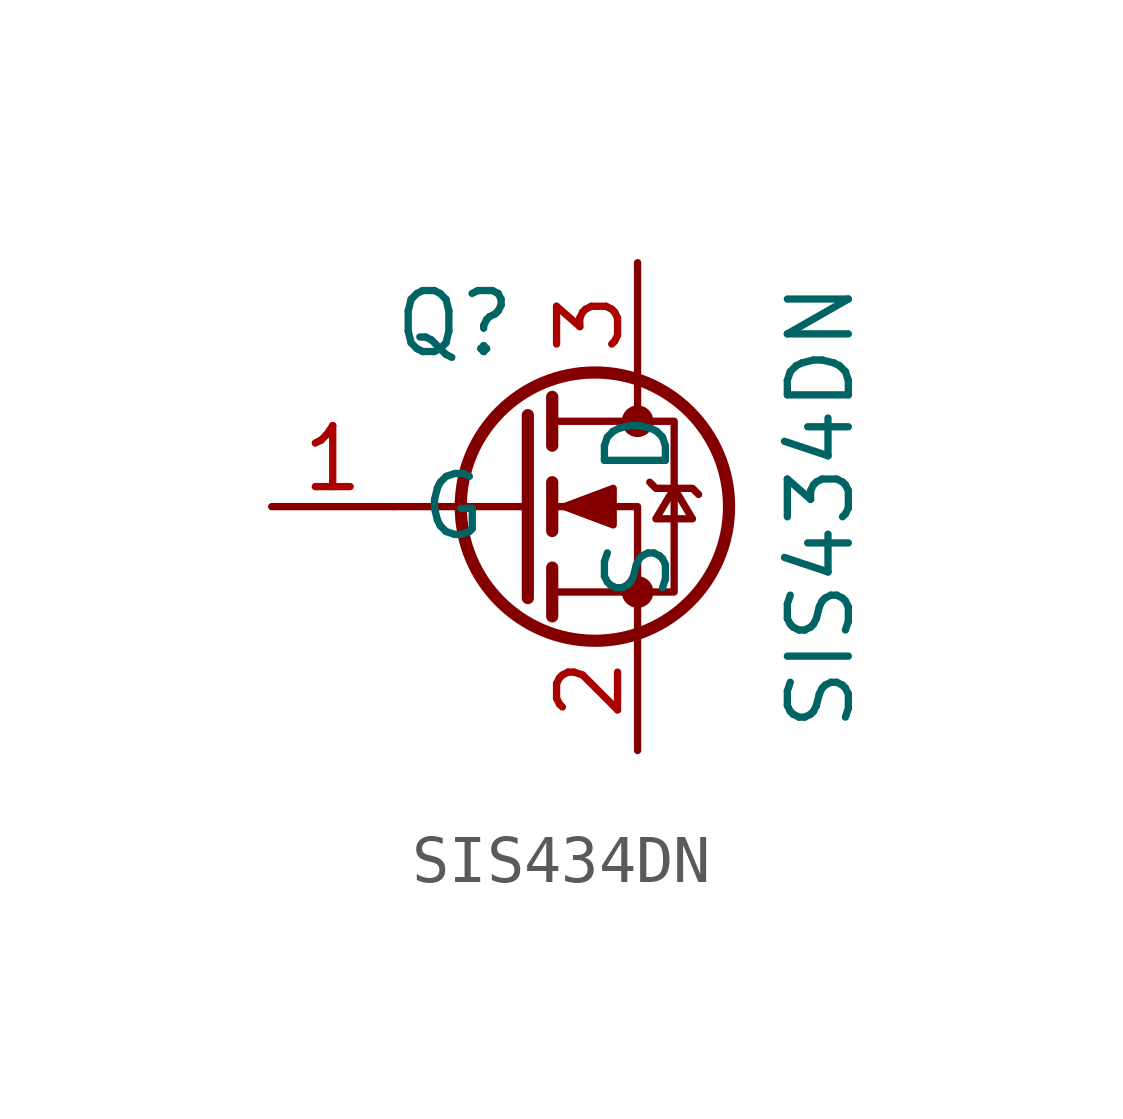
<source format=kicad_sym>
(kicad_symbol_lib
  (version 20220914)
  (generator kicad_symbol_editor)
  (symbol "SIS434DN"
    (property "Reference" "Q"
      (at -3.81 3.81 0)
      (effects (font (size 1.27 1.27))))
    (property "Value" "SIS434DN"
      (at 3.81 0 90)
      (effects (font (size 1.27 1.27))))
    (symbol "SIS434DN_0_1"
      (circle (center -0.889 0) (radius 2.794) (stroke (width 0.254) (type default)) (fill (type none)))
      (circle (center 0 -1.778) (radius 0.254) (stroke (width 0) (type default)) (fill (type outline)))
      (polyline (pts (xy -2.286 0) (xy -5.08 0)) (stroke (width 0) (type default)) (fill (type none)))
      (polyline (pts (xy -2.286 1.905) (xy -2.286 -1.905)) (stroke (width 0.254) (type default)) (fill (type none)))
      (polyline (pts (xy -1.778 -1.27) (xy -1.778 -2.286)) (stroke (width 0.254) (type default)) (fill (type none)))
      (polyline (pts (xy -1.778 0.508) (xy -1.778 -0.508)) (stroke (width 0.254) (type default)) (fill (type none)))
      (polyline (pts (xy -1.778 2.286) (xy -1.778 1.27)) (stroke (width 0.254) (type default)) (fill (type none)))
      (polyline (pts (xy 0 2.54) (xy 0 1.778)) (stroke (width 0) (type default)) (fill (type none)))
      (polyline (pts (xy 0 -2.54) (xy 0 0) (xy -1.778 0)) (stroke (width 0) (type default)) (fill (type none)))
      (polyline (pts (xy -1.778 -1.778) (xy 0.762 -1.778) (xy 0.762 1.778) (xy -1.778 1.778)) (stroke (width 0) (type default)) (fill (type none)))
      (polyline (pts (xy -1.524 0) (xy -0.508 0.381) (xy -0.508 -0.381) (xy -1.524 0)) (stroke (width 0) (type default)) (fill (type outline)))
      (polyline (pts (xy 0.254 0.508) (xy 0.381 0.381) (xy 1.143 0.381) (xy 1.27 0.254)) (stroke (width 0) (type default)) (fill (type none)))
      (polyline (pts (xy 0.762 0.381) (xy 0.381 -0.254) (xy 1.143 -0.254) (xy 0.762 0.381)) (stroke (width 0) (type default)) (fill (type none)))
      (circle (center 0 1.778) (radius 0.254) (stroke (width 0) (type default)) (fill (type outline))))
    (symbol "SIS434DN_1_1"
      (pin input line (at -7.62 0 0) (length 2.54) (name "G" (effects (font (size 1.27 1.27)))) (number "1" (effects (font (size 1.27 1.27)))))
      (pin passive line (at 0 -5.08 90) (length 2.54) (name "S" (effects (font (size 1.27 1.27)))) (number "2" (effects (font (size 1.27 1.27)))))
      (pin passive line (at 0 5.08 270) (length 2.54) (name "D" (effects (font (size 1.27 1.27)))) (number "3" (effects (font (size 1.27 1.27))))))))
</source>
